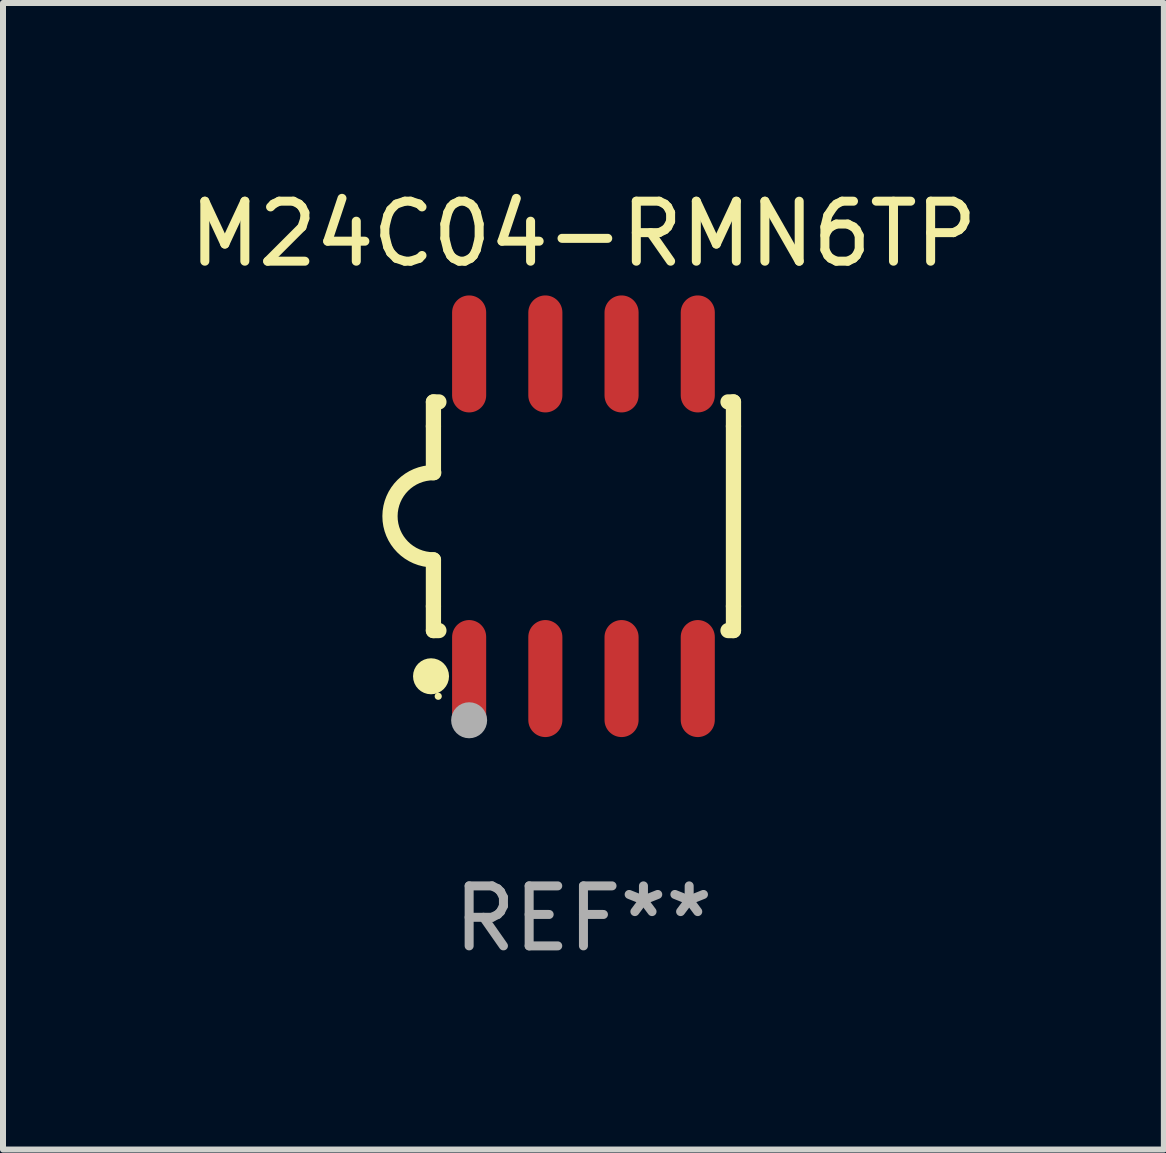
<source format=kicad_pcb>
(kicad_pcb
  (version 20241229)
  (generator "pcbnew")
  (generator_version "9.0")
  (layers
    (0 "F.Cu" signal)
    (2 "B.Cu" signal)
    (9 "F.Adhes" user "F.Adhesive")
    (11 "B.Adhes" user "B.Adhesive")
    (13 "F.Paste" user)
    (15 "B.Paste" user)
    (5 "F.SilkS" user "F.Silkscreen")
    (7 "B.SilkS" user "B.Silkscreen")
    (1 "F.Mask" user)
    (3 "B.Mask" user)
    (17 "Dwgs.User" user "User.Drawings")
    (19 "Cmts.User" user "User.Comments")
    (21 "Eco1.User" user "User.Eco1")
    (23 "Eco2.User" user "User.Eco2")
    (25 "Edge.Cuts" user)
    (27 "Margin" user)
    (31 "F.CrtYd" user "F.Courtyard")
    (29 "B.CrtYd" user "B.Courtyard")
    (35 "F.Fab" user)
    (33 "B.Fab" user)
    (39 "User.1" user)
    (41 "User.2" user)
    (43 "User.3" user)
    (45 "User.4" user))
  (footprint "M24C04-RMN6TP"
    (layer "F.Cu")
    (at 6.673 5.553)
    (property "Reference" "M24C04-RMN6TP" (at 0 -4.705 0) (layer "F.SilkS") (effects (font (size 1 1) (thickness 0.15))))
    (attr through_hole)
    (fp_line (start -2.5 -1.905) (end -2.409 -1.905) (stroke (width 0.254) (type solid)) (layer "F.SilkS"))
    (fp_line (start -2.5 -1.5) (end -2.5 -1.905) (stroke (width 0.254) (type solid)) (layer "F.SilkS"))
    (fp_line (start -2.5 -1.5) (end -2.5 -0.726) (stroke (width 0.254) (type solid)) (layer "F.SilkS"))
    (fp_line (start -2.5 1.5) (end -2.5 0.727) (stroke (width 0.254) (type solid)) (layer "F.SilkS"))
    (fp_line (start -2.5 1.5) (end -2.5 1.905) (stroke (width 0.254) (type solid)) (layer "F.SilkS"))
    (fp_line (start -2.5 1.905) (end -2.409 1.905) (stroke (width 0.254) (type solid)) (layer "F.SilkS"))
    (fp_line (start 2.5 -1.905) (end 2.409 -1.905) (stroke (width 0.254) (type solid)) (layer "F.SilkS"))
    (fp_line (start 2.5 -1.5) (end 2.5 -1.905) (stroke (width 0.254) (type solid)) (layer "F.SilkS"))
    (fp_line (start 2.5 -1.5) (end 2.5 1.5) (stroke (width 0.254) (type solid)) (layer "F.SilkS"))
    (fp_line (start 2.5 1.5) (end 2.5 1.905) (stroke (width 0.254) (type solid)) (layer "F.SilkS"))
    (fp_line (start 2.5 1.905) (end 2.409 1.905) (stroke (width 0.254) (type solid)) (layer "F.SilkS"))
    (fp_arc (start -2.5 0.726568) (mid -3.220316 -0.0023) (end -2.495097 -0.726289) (stroke (width 0.254001) (type solid)) (layer "F.SilkS"))
    (fp_circle (center -2.54 2.667) (end -2.39 2.667) (stroke (width 0.3) (type solid)) (fill no) (layer "F.SilkS"))
    (fp_circle (center -2.42 3) (end -2.39 3) (stroke (width 0.06) (type solid)) (fill no) (layer "F.SilkS"))
    (fp_circle (center -1.905 3.4) (end -1.755 3.4) (stroke (width 0.3) (type solid)) (fill no) (layer "F.Fab"))
    (fp_text user "REF**" (at 0 6.705 0) (layer "F.Fab") (effects (font (size 1 1) (thickness 0.15))))
    (pad "1" smd oval (at -1.905 2.705) (size 0.568 1.95) (layers "F.Cu" "F.Mask" "F.Paste"))
    (pad "2" smd oval (at -0.635 2.705) (size 0.568 1.95) (layers "F.Cu" "F.Mask" "F.Paste"))
    (pad "3" smd oval (at 0.635 2.705) (size 0.568 1.95) (layers "F.Cu" "F.Mask" "F.Paste"))
    (pad "4" smd oval (at 1.905 2.705) (size 0.568 1.95) (layers "F.Cu" "F.Mask" "F.Paste"))
    (pad "5" smd oval (at 1.905 -2.705) (size 0.568 1.95) (layers "F.Cu" "F.Mask" "F.Paste"))
    (pad "6" smd oval (at 0.635 -2.705) (size 0.568 1.95) (layers "F.Cu" "F.Mask" "F.Paste"))
    (pad "7" smd oval (at -0.635 -2.705) (size 0.568 1.95) (layers "F.Cu" "F.Mask" "F.Paste"))
    (pad "8" smd oval (at -1.905 -2.705) (size 0.568 1.95) (layers "F.Cu" "F.Mask" "F.Paste")))
  (gr_rect
    (start -3 -3)
    (end 16.345 16.107)
    (stroke (width 0.1) (type default))
    (fill no)
    (layer "Edge.Cuts")))
</source>
